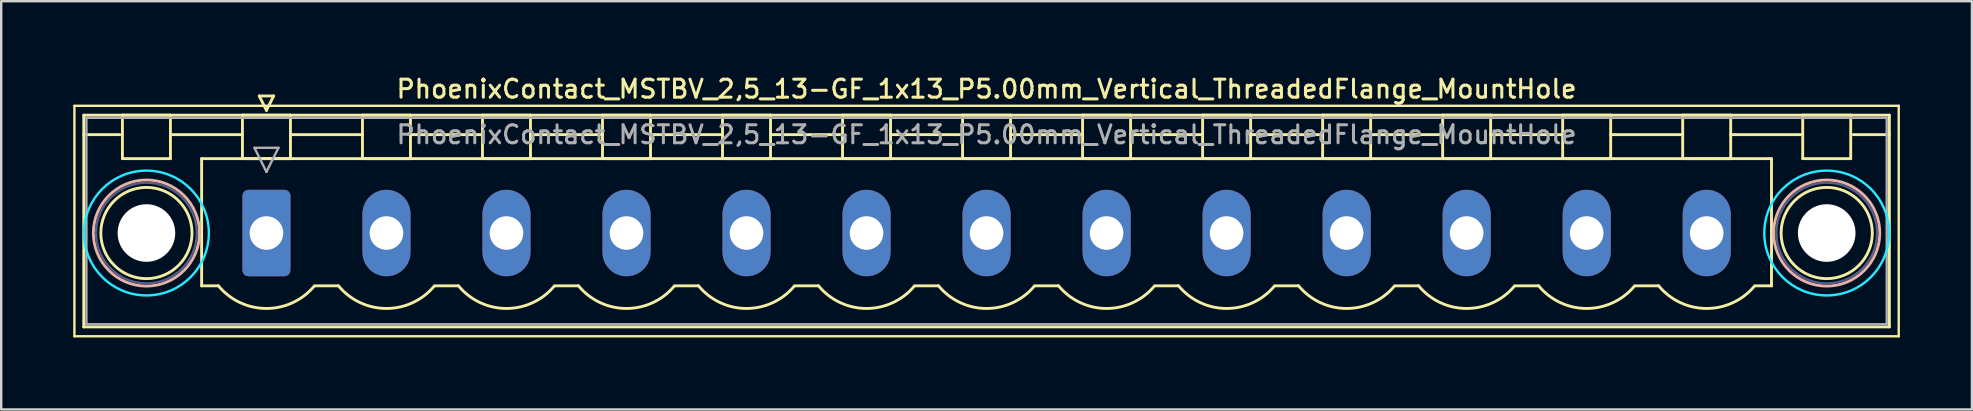
<source format=kicad_pcb>
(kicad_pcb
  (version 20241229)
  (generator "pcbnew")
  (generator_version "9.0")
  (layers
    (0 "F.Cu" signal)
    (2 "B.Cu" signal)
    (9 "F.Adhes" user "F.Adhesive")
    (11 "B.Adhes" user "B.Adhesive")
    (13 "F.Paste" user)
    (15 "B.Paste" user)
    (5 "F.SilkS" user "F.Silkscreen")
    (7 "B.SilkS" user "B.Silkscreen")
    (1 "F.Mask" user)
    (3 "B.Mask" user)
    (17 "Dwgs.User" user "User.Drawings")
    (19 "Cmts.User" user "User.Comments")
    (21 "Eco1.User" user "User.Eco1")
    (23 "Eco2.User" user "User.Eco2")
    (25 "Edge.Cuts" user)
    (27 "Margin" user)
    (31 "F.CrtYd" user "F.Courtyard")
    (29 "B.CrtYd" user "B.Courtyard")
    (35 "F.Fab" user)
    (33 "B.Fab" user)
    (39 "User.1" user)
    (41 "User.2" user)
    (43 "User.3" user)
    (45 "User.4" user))
  (footprint "PhoenixContact_MSTBV_2,5_13-GF_1x13_P5.00mm_Vertical_ThreadedFlange_MountHole"
    (layer "F.Cu")
    (at 8.05 6.658)
    (property "Reference" "PhoenixContact_MSTBV_2,5_13-GF_1x13_P5.00mm_Vertical_ThreadedFlange_MountHole" (at 30 -6 0) (layer "F.SilkS") (effects (font (size 0.75 0.75) (thickness 0.125))))
    (attr through_hole)
    (fp_line (start -8 -5.3) (end -8 4.3) (stroke (width 0.1) (type solid)) (layer "F.SilkS"))
    (fp_line (start -8 4.3) (end 68 4.3) (stroke (width 0.1) (type solid)) (layer "F.SilkS"))
    (fp_line (start -7.61 -4.91) (end -7.61 3.91) (stroke (width 0.12) (type solid)) (layer "F.SilkS"))
    (fp_line (start -7.61 -4.1) (end -6.11 -4.1) (stroke (width 0.12) (type solid)) (layer "F.SilkS"))
    (fp_line (start -7.61 3.91) (end 67.61 3.91) (stroke (width 0.12) (type solid)) (layer "F.SilkS"))
    (fp_line (start -6 -4.91) (end -4 -4.91) (stroke (width 0.12) (type solid)) (layer "F.SilkS"))
    (fp_line (start -6 -3.1) (end -6 -4.91) (stroke (width 0.12) (type solid)) (layer "F.SilkS"))
    (fp_line (start -4 -4.91) (end -4 -3.1) (stroke (width 0.12) (type solid)) (layer "F.SilkS"))
    (fp_line (start -4 -4.1) (end -1 -4.1) (stroke (width 0.12) (type solid)) (layer "F.SilkS"))
    (fp_line (start -4 -3.1) (end -6 -3.1) (stroke (width 0.12) (type solid)) (layer "F.SilkS"))
    (fp_line (start -2.7 -3.1) (end 62.7 -3.1) (stroke (width 0.12) (type solid)) (layer "F.SilkS"))
    (fp_line (start -2.7 2.2) (end -2.7 -3.1) (stroke (width 0.12) (type solid)) (layer "F.SilkS"))
    (fp_line (start -2 2.2) (end -2.7 2.2) (stroke (width 0.12) (type solid)) (layer "F.SilkS"))
    (fp_line (start -1 -4.91) (end 1 -4.91) (stroke (width 0.12) (type solid)) (layer "F.SilkS"))
    (fp_line (start -1 -3.1) (end -1 -4.91) (stroke (width 0.12) (type solid)) (layer "F.SilkS"))
    (fp_line (start -0.3 -5.71) (end 0.3 -5.71) (stroke (width 0.12) (type solid)) (layer "F.SilkS"))
    (fp_line (start 0 -5.11) (end -0.3 -5.71) (stroke (width 0.12) (type solid)) (layer "F.SilkS"))
    (fp_line (start 0.3 -5.71) (end 0 -5.11) (stroke (width 0.12) (type solid)) (layer "F.SilkS"))
    (fp_line (start 1 -4.91) (end 1 -3.1) (stroke (width 0.12) (type solid)) (layer "F.SilkS"))
    (fp_line (start 1 -4.1) (end 4 -4.1) (stroke (width 0.12) (type solid)) (layer "F.SilkS"))
    (fp_line (start 1 -3.1) (end -1 -3.1) (stroke (width 0.12) (type solid)) (layer "F.SilkS"))
    (fp_line (start 2 2.2) (end 3 2.2) (stroke (width 0.12) (type solid)) (layer "F.SilkS"))
    (fp_line (start 4 -4.91) (end 6 -4.91) (stroke (width 0.12) (type solid)) (layer "F.SilkS"))
    (fp_line (start 4 -3.1) (end 4 -4.91) (stroke (width 0.12) (type solid)) (layer "F.SilkS"))
    (fp_line (start 6 -4.91) (end 6 -3.1) (stroke (width 0.12) (type solid)) (layer "F.SilkS"))
    (fp_line (start 6 -4.1) (end 9 -4.1) (stroke (width 0.12) (type solid)) (layer "F.SilkS"))
    (fp_line (start 6 -3.1) (end 4 -3.1) (stroke (width 0.12) (type solid)) (layer "F.SilkS"))
    (fp_line (start 7 2.2) (end 8 2.2) (stroke (width 0.12) (type solid)) (layer "F.SilkS"))
    (fp_line (start 9 -4.91) (end 11 -4.91) (stroke (width 0.12) (type solid)) (layer "F.SilkS"))
    (fp_line (start 9 -3.1) (end 9 -4.91) (stroke (width 0.12) (type solid)) (layer "F.SilkS"))
    (fp_line (start 11 -4.91) (end 11 -3.1) (stroke (width 0.12) (type solid)) (layer "F.SilkS"))
    (fp_line (start 11 -4.1) (end 14 -4.1) (stroke (width 0.12) (type solid)) (layer "F.SilkS"))
    (fp_line (start 11 -3.1) (end 9 -3.1) (stroke (width 0.12) (type solid)) (layer "F.SilkS"))
    (fp_line (start 12 2.2) (end 13 2.2) (stroke (width 0.12) (type solid)) (layer "F.SilkS"))
    (fp_line (start 14 -4.91) (end 16 -4.91) (stroke (width 0.12) (type solid)) (layer "F.SilkS"))
    (fp_line (start 14 -3.1) (end 14 -4.91) (stroke (width 0.12) (type solid)) (layer "F.SilkS"))
    (fp_line (start 16 -4.91) (end 16 -3.1) (stroke (width 0.12) (type solid)) (layer "F.SilkS"))
    (fp_line (start 16 -4.1) (end 19 -4.1) (stroke (width 0.12) (type solid)) (layer "F.SilkS"))
    (fp_line (start 16 -3.1) (end 14 -3.1) (stroke (width 0.12) (type solid)) (layer "F.SilkS"))
    (fp_line (start 17 2.2) (end 18 2.2) (stroke (width 0.12) (type solid)) (layer "F.SilkS"))
    (fp_line (start 19 -4.91) (end 21 -4.91) (stroke (width 0.12) (type solid)) (layer "F.SilkS"))
    (fp_line (start 19 -3.1) (end 19 -4.91) (stroke (width 0.12) (type solid)) (layer "F.SilkS"))
    (fp_line (start 21 -4.91) (end 21 -3.1) (stroke (width 0.12) (type solid)) (layer "F.SilkS"))
    (fp_line (start 21 -4.1) (end 24 -4.1) (stroke (width 0.12) (type solid)) (layer "F.SilkS"))
    (fp_line (start 21 -3.1) (end 19 -3.1) (stroke (width 0.12) (type solid)) (layer "F.SilkS"))
    (fp_line (start 22 2.2) (end 23 2.2) (stroke (width 0.12) (type solid)) (layer "F.SilkS"))
    (fp_line (start 24 -4.91) (end 26 -4.91) (stroke (width 0.12) (type solid)) (layer "F.SilkS"))
    (fp_line (start 24 -3.1) (end 24 -4.91) (stroke (width 0.12) (type solid)) (layer "F.SilkS"))
    (fp_line (start 26 -4.91) (end 26 -3.1) (stroke (width 0.12) (type solid)) (layer "F.SilkS"))
    (fp_line (start 26 -4.1) (end 29 -4.1) (stroke (width 0.12) (type solid)) (layer "F.SilkS"))
    (fp_line (start 26 -3.1) (end 24 -3.1) (stroke (width 0.12) (type solid)) (layer "F.SilkS"))
    (fp_line (start 27 2.2) (end 28 2.2) (stroke (width 0.12) (type solid)) (layer "F.SilkS"))
    (fp_line (start 29 -4.91) (end 31 -4.91) (stroke (width 0.12) (type solid)) (layer "F.SilkS"))
    (fp_line (start 29 -3.1) (end 29 -4.91) (stroke (width 0.12) (type solid)) (layer "F.SilkS"))
    (fp_line (start 31 -4.91) (end 31 -3.1) (stroke (width 0.12) (type solid)) (layer "F.SilkS"))
    (fp_line (start 31 -4.1) (end 34 -4.1) (stroke (width 0.12) (type solid)) (layer "F.SilkS"))
    (fp_line (start 31 -3.1) (end 29 -3.1) (stroke (width 0.12) (type solid)) (layer "F.SilkS"))
    (fp_line (start 32 2.2) (end 33 2.2) (stroke (width 0.12) (type solid)) (layer "F.SilkS"))
    (fp_line (start 34 -4.91) (end 36 -4.91) (stroke (width 0.12) (type solid)) (layer "F.SilkS"))
    (fp_line (start 34 -3.1) (end 34 -4.91) (stroke (width 0.12) (type solid)) (layer "F.SilkS"))
    (fp_line (start 36 -4.91) (end 36 -3.1) (stroke (width 0.12) (type solid)) (layer "F.SilkS"))
    (fp_line (start 36 -4.1) (end 39 -4.1) (stroke (width 0.12) (type solid)) (layer "F.SilkS"))
    (fp_line (start 36 -3.1) (end 34 -3.1) (stroke (width 0.12) (type solid)) (layer "F.SilkS"))
    (fp_line (start 37 2.2) (end 38 2.2) (stroke (width 0.12) (type solid)) (layer "F.SilkS"))
    (fp_line (start 39 -4.91) (end 41 -4.91) (stroke (width 0.12) (type solid)) (layer "F.SilkS"))
    (fp_line (start 39 -3.1) (end 39 -4.91) (stroke (width 0.12) (type solid)) (layer "F.SilkS"))
    (fp_line (start 41 -4.91) (end 41 -3.1) (stroke (width 0.12) (type solid)) (layer "F.SilkS"))
    (fp_line (start 41 -4.1) (end 44 -4.1) (stroke (width 0.12) (type solid)) (layer "F.SilkS"))
    (fp_line (start 41 -3.1) (end 39 -3.1) (stroke (width 0.12) (type solid)) (layer "F.SilkS"))
    (fp_line (start 42 2.2) (end 43 2.2) (stroke (width 0.12) (type solid)) (layer "F.SilkS"))
    (fp_line (start 44 -4.91) (end 46 -4.91) (stroke (width 0.12) (type solid)) (layer "F.SilkS"))
    (fp_line (start 44 -3.1) (end 44 -4.91) (stroke (width 0.12) (type solid)) (layer "F.SilkS"))
    (fp_line (start 46 -4.91) (end 46 -3.1) (stroke (width 0.12) (type solid)) (layer "F.SilkS"))
    (fp_line (start 46 -4.1) (end 49 -4.1) (stroke (width 0.12) (type solid)) (layer "F.SilkS"))
    (fp_line (start 46 -3.1) (end 44 -3.1) (stroke (width 0.12) (type solid)) (layer "F.SilkS"))
    (fp_line (start 47 2.2) (end 48 2.2) (stroke (width 0.12) (type solid)) (layer "F.SilkS"))
    (fp_line (start 49 -4.91) (end 51 -4.91) (stroke (width 0.12) (type solid)) (layer "F.SilkS"))
    (fp_line (start 49 -3.1) (end 49 -4.91) (stroke (width 0.12) (type solid)) (layer "F.SilkS"))
    (fp_line (start 51 -4.91) (end 51 -3.1) (stroke (width 0.12) (type solid)) (layer "F.SilkS"))
    (fp_line (start 51 -4.1) (end 54 -4.1) (stroke (width 0.12) (type solid)) (layer "F.SilkS"))
    (fp_line (start 51 -3.1) (end 49 -3.1) (stroke (width 0.12) (type solid)) (layer "F.SilkS"))
    (fp_line (start 52 2.2) (end 53 2.2) (stroke (width 0.12) (type solid)) (layer "F.SilkS"))
    (fp_line (start 54 -4.91) (end 56 -4.91) (stroke (width 0.12) (type solid)) (layer "F.SilkS"))
    (fp_line (start 54 -3.1) (end 54 -4.91) (stroke (width 0.12) (type solid)) (layer "F.SilkS"))
    (fp_line (start 56 -4.91) (end 56 -3.1) (stroke (width 0.12) (type solid)) (layer "F.SilkS"))
    (fp_line (start 56 -4.1) (end 59 -4.1) (stroke (width 0.12) (type solid)) (layer "F.SilkS"))
    (fp_line (start 56 -3.1) (end 54 -3.1) (stroke (width 0.12) (type solid)) (layer "F.SilkS"))
    (fp_line (start 57 2.2) (end 58 2.2) (stroke (width 0.12) (type solid)) (layer "F.SilkS"))
    (fp_line (start 59 -4.91) (end 61 -4.91) (stroke (width 0.12) (type solid)) (layer "F.SilkS"))
    (fp_line (start 59 -3.1) (end 59 -4.91) (stroke (width 0.12) (type solid)) (layer "F.SilkS"))
    (fp_line (start 61 -4.91) (end 61 -3.1) (stroke (width 0.12) (type solid)) (layer "F.SilkS"))
    (fp_line (start 61 -4.1) (end 64 -4.1) (stroke (width 0.12) (type solid)) (layer "F.SilkS"))
    (fp_line (start 61 -3.1) (end 59 -3.1) (stroke (width 0.12) (type solid)) (layer "F.SilkS"))
    (fp_line (start 62.7 -3.1) (end 62.7 2.2) (stroke (width 0.12) (type solid)) (layer "F.SilkS"))
    (fp_line (start 62.7 2.2) (end 62 2.2) (stroke (width 0.12) (type solid)) (layer "F.SilkS"))
    (fp_line (start 64 -4.91) (end 66 -4.91) (stroke (width 0.12) (type solid)) (layer "F.SilkS"))
    (fp_line (start 64 -3.1) (end 64 -4.91) (stroke (width 0.12) (type solid)) (layer "F.SilkS"))
    (fp_line (start 66 -4.91) (end 66 -3.1) (stroke (width 0.12) (type solid)) (layer "F.SilkS"))
    (fp_line (start 66 -3.1) (end 64 -3.1) (stroke (width 0.12) (type solid)) (layer "F.SilkS"))
    (fp_line (start 67.61 -4.91) (end -7.61 -4.91) (stroke (width 0.12) (type solid)) (layer "F.SilkS"))
    (fp_line (start 67.61 -4.1) (end 66.11 -4.1) (stroke (width 0.12) (type solid)) (layer "F.SilkS"))
    (fp_line (start 67.61 3.91) (end 67.61 -4.91) (stroke (width 0.12) (type solid)) (layer "F.SilkS"))
    (fp_line (start 68 -5.3) (end -8 -5.3) (stroke (width 0.1) (type solid)) (layer "F.SilkS"))
    (fp_line (start 68 4.3) (end 68 -5.3) (stroke (width 0.1) (type solid)) (layer "F.SilkS"))
    (fp_arc (start 1.986842 2.215821) (mid -0.010289 3.142758) (end -2 2.2) (stroke (width 0.12) (type solid)) (layer "F.SilkS"))
    (fp_arc (start 6.986842 2.215821) (mid 4.989711 3.142758) (end 3 2.2) (stroke (width 0.12) (type solid)) (layer "F.SilkS"))
    (fp_arc (start 11.986842 2.215821) (mid 9.989711 3.142758) (end 8 2.2) (stroke (width 0.12) (type solid)) (layer "F.SilkS"))
    (fp_arc (start 16.986842 2.215821) (mid 14.989711 3.142758) (end 13 2.2) (stroke (width 0.12) (type solid)) (layer "F.SilkS"))
    (fp_arc (start 21.986842 2.215821) (mid 19.989711 3.142758) (end 18 2.2) (stroke (width 0.12) (type solid)) (layer "F.SilkS"))
    (fp_arc (start 26.986842 2.215821) (mid 24.989711 3.142758) (end 23 2.2) (stroke (width 0.12) (type solid)) (layer "F.SilkS"))
    (fp_arc (start 31.986842 2.215821) (mid 29.989711 3.142758) (end 28 2.2) (stroke (width 0.12) (type solid)) (layer "F.SilkS"))
    (fp_arc (start 36.986842 2.215821) (mid 34.989711 3.142758) (end 33 2.2) (stroke (width 0.12) (type solid)) (layer "F.SilkS"))
    (fp_arc (start 41.986842 2.215821) (mid 39.989711 3.142758) (end 38 2.2) (stroke (width 0.12) (type solid)) (layer "F.SilkS"))
    (fp_arc (start 46.986842 2.215821) (mid 44.989711 3.142758) (end 43 2.2) (stroke (width 0.12) (type solid)) (layer "F.SilkS"))
    (fp_arc (start 51.986842 2.215821) (mid 49.989711 3.142758) (end 48 2.2) (stroke (width 0.12) (type solid)) (layer "F.SilkS"))
    (fp_arc (start 56.986842 2.215821) (mid 54.989711 3.142758) (end 53 2.2) (stroke (width 0.12) (type solid)) (layer "F.SilkS"))
    (fp_arc (start 61.986842 2.215821) (mid 59.989711 3.142758) (end 58 2.2) (stroke (width 0.12) (type solid)) (layer "F.SilkS"))
    (fp_circle (center -5 0) (end -3.1 0) (stroke (width 0.12) (type solid)) (fill no) (layer "F.SilkS"))
    (fp_circle (center 65 0) (end 66.9 0) (stroke (width 0.12) (type solid)) (fill no) (layer "F.SilkS"))
    (fp_circle (center -5 0) (end -2.79 0) (stroke (width 0.12) (type solid)) (fill no) (layer "B.SilkS"))
    (fp_circle (center 65 0) (end 67.21 0) (stroke (width 0.12) (type solid)) (fill no) (layer "B.SilkS"))
    (fp_circle (center -5 0) (end -2.4 0) (stroke (width 0.1) (type solid)) (fill no) (layer "B.CrtYd"))
    (fp_circle (center 65 0) (end 67.6 0) (stroke (width 0.1) (type solid)) (fill no) (layer "B.CrtYd"))
    (fp_circle (center -5 0) (end -2.9 0) (stroke (width 0.1) (type solid)) (fill no) (layer "B.Fab"))
    (fp_circle (center 65 0) (end 67.1 0) (stroke (width 0.1) (type solid)) (fill no) (layer "B.Fab"))
    (fp_line (start -7.5 -4.8) (end -7.5 3.8) (stroke (width 0.1) (type solid)) (layer "F.Fab"))
    (fp_line (start -7.5 3.8) (end 67.5 3.8) (stroke (width 0.1) (type solid)) (layer "F.Fab"))
    (fp_line (start -0.5 -3.55) (end 0.5 -3.55) (stroke (width 0.1) (type solid)) (layer "F.Fab"))
    (fp_line (start 0 -2.55) (end -0.5 -3.55) (stroke (width 0.1) (type solid)) (layer "F.Fab"))
    (fp_line (start 0.5 -3.55) (end 0 -2.55) (stroke (width 0.1) (type solid)) (layer "F.Fab"))
    (fp_line (start 67.5 -4.8) (end -7.5 -4.8) (stroke (width 0.1) (type solid)) (layer "F.Fab"))
    (fp_line (start 67.5 3.8) (end 67.5 -4.8) (stroke (width 0.1) (type solid)) (layer "F.Fab"))
    (fp_text user "${REFERENCE}" (at 30 -4.1 0) (layer "F.Fab") (effects (font (size 0.75 0.75) (thickness 0.125))))
    (pad "" np_thru_hole circle (at -5 0) (size 2.4 2.4) (drill 2.4) (layers "*.Cu" "*.Mask"))
    (pad "" np_thru_hole circle (at 65 0) (size 2.4 2.4) (drill 2.4) (layers "*.Cu" "*.Mask"))
    (pad "1" thru_hole roundrect (at 0 0) (size 2 3.6) (drill 1.4) (layers "*.Cu" "*.Mask") (roundrect_rratio 0.125))
    (pad "2" thru_hole oval (at 5 0) (size 2 3.6) (drill 1.4) (layers "*.Cu" "*.Mask"))
    (pad "3" thru_hole oval (at 10 0) (size 2 3.6) (drill 1.4) (layers "*.Cu" "*.Mask"))
    (pad "4" thru_hole oval (at 15 0) (size 2 3.6) (drill 1.4) (layers "*.Cu" "*.Mask"))
    (pad "5" thru_hole oval (at 20 0) (size 2 3.6) (drill 1.4) (layers "*.Cu" "*.Mask"))
    (pad "6" thru_hole oval (at 25 0) (size 2 3.6) (drill 1.4) (layers "*.Cu" "*.Mask"))
    (pad "7" thru_hole oval (at 30 0) (size 2 3.6) (drill 1.4) (layers "*.Cu" "*.Mask"))
    (pad "8" thru_hole oval (at 35 0) (size 2 3.6) (drill 1.4) (layers "*.Cu" "*.Mask"))
    (pad "9" thru_hole oval (at 40 0) (size 2 3.6) (drill 1.4) (layers "*.Cu" "*.Mask"))
    (pad "10" thru_hole oval (at 45 0) (size 2 3.6) (drill 1.4) (layers "*.Cu" "*.Mask"))
    (pad "11" thru_hole oval (at 50 0) (size 2 3.6) (drill 1.4) (layers "*.Cu" "*.Mask"))
    (pad "12" thru_hole oval (at 55 0) (size 2 3.6) (drill 1.4) (layers "*.Cu" "*.Mask"))
    (pad "13" thru_hole oval (at 60 0) (size 2 3.6) (drill 1.4) (layers "*.Cu" "*.Mask")))
  (gr_rect
    (start -3 -3)
    (end 79.1 14.008)
    (stroke (width 0.1) (type default))
    (fill no)
    (layer "Edge.Cuts")))
</source>
